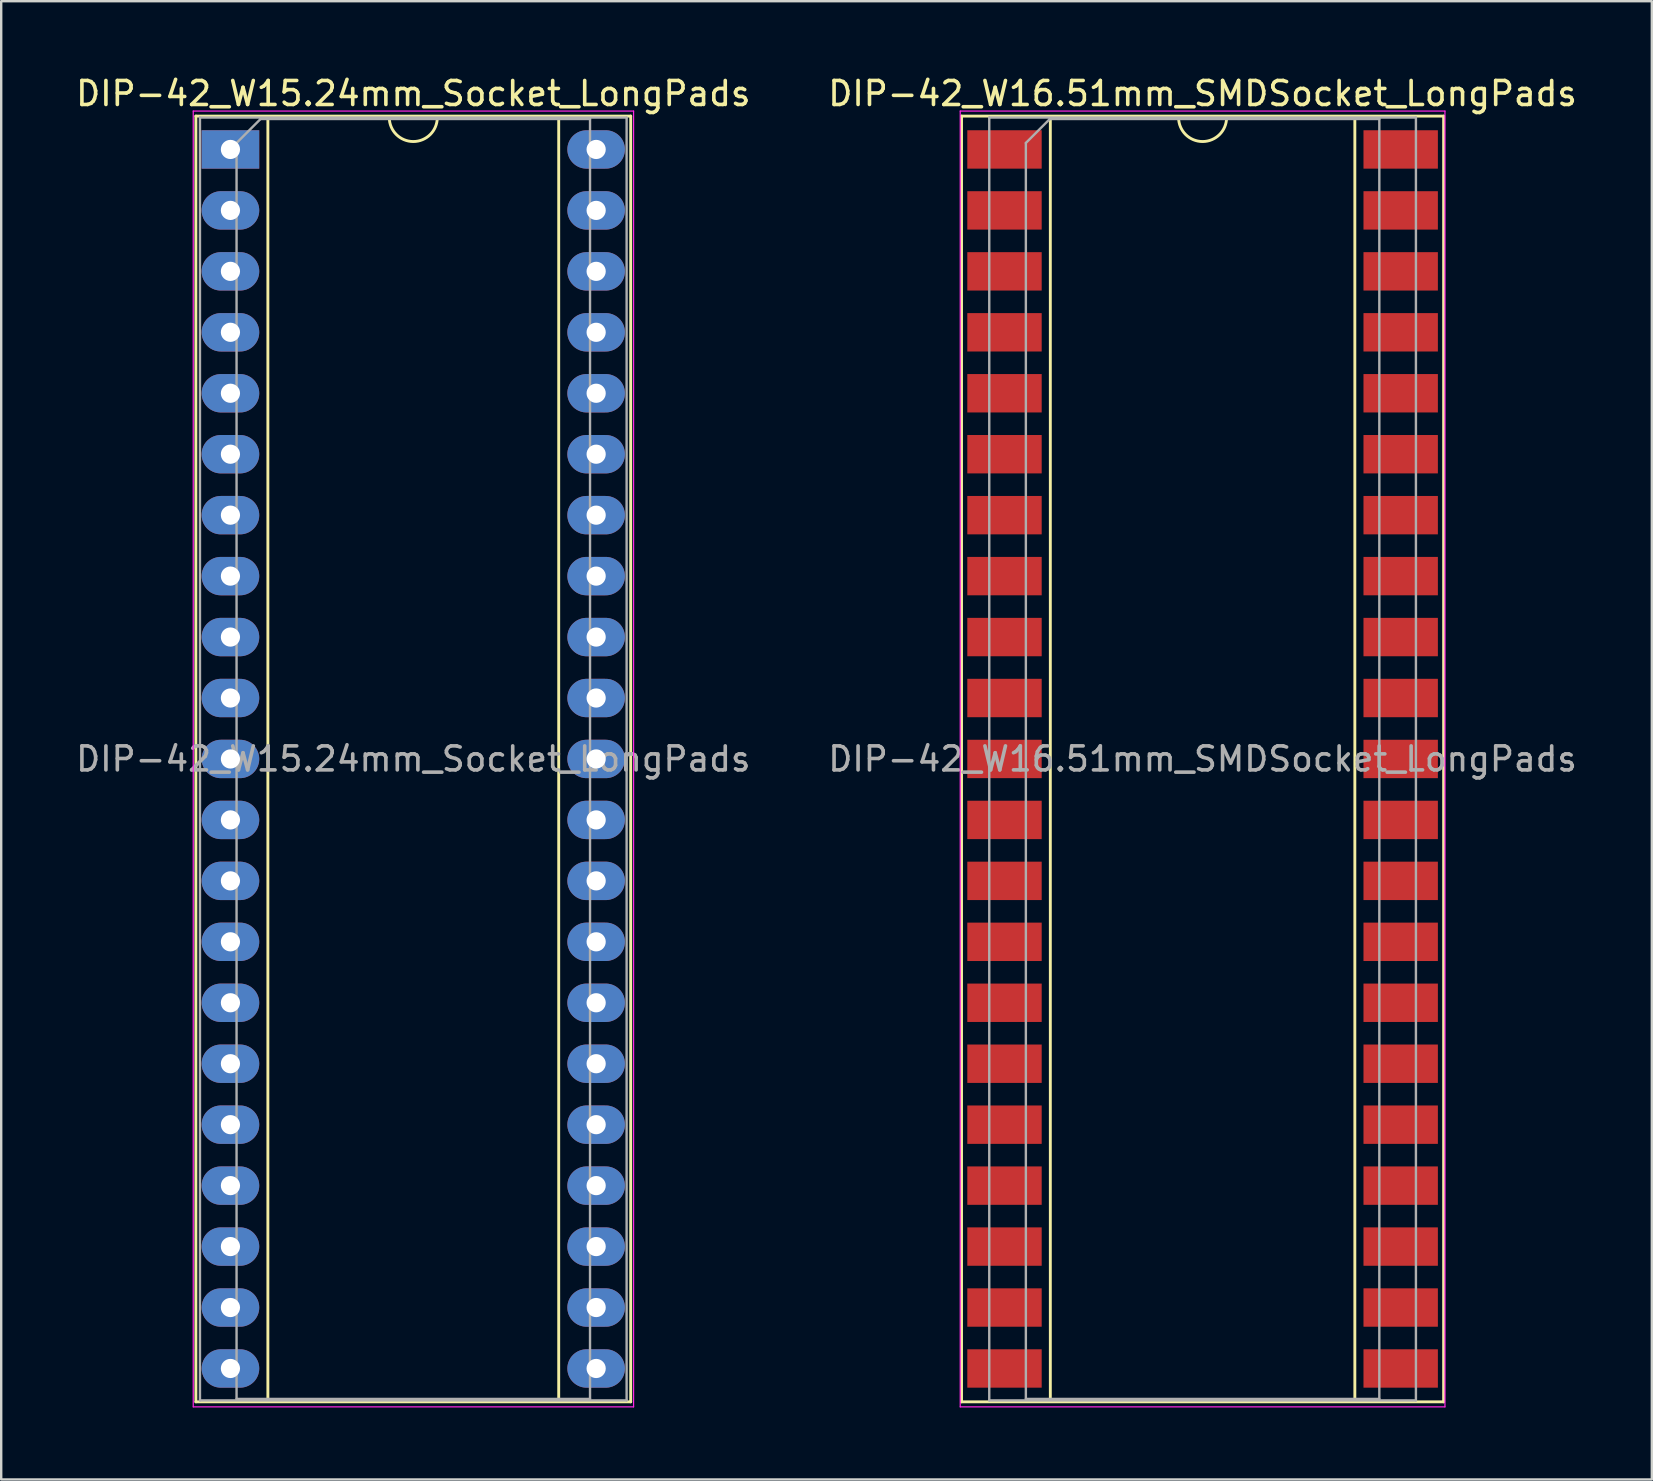
<source format=kicad_pcb>
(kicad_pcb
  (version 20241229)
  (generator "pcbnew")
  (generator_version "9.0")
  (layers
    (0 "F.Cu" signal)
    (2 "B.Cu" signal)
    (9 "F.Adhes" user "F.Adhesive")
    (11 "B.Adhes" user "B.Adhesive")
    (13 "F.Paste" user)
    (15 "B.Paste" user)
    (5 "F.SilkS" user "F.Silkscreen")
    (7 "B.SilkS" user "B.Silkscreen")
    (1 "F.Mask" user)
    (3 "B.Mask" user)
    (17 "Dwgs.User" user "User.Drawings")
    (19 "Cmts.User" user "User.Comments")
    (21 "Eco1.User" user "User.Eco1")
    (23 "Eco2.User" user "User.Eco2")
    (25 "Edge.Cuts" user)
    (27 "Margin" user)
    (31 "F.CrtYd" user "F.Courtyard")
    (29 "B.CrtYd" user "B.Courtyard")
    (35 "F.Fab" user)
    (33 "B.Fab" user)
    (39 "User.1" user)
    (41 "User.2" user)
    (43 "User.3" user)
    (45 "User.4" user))
  (footprint "DIP-42_W16.51mm_SMDSocket_LongPads"
    (layer "F.Cu")
    (at 47.065 28.578)
    (property "Reference" "DIP-42_W16.51mm_SMDSocket_LongPads" (at 0 -27.73 0) (layer "F.SilkS") (effects (font (size 1 1) (thickness 0.15))))
    (attr smd)
    (fp_line (start -10.045 -26.79) (end -10.045 26.79) (stroke (width 0.12) (type solid)) (layer "F.SilkS"))
    (fp_line (start -10.045 26.79) (end 10.045 26.79) (stroke (width 0.12) (type solid)) (layer "F.SilkS"))
    (fp_line (start -6.345 -26.73) (end -6.345 26.73) (stroke (width 0.12) (type solid)) (layer "F.SilkS"))
    (fp_line (start -6.345 26.73) (end 6.345 26.73) (stroke (width 0.12) (type solid)) (layer "F.SilkS"))
    (fp_line (start -1 -26.73) (end -6.345 -26.73) (stroke (width 0.12) (type solid)) (layer "F.SilkS"))
    (fp_line (start 6.345 -26.73) (end 1 -26.73) (stroke (width 0.12) (type solid)) (layer "F.SilkS"))
    (fp_line (start 6.345 26.73) (end 6.345 -26.73) (stroke (width 0.12) (type solid)) (layer "F.SilkS"))
    (fp_line (start 10.045 -26.79) (end -10.045 -26.79) (stroke (width 0.12) (type solid)) (layer "F.SilkS"))
    (fp_line (start 10.045 26.79) (end 10.045 -26.79) (stroke (width 0.12) (type solid)) (layer "F.SilkS"))
    (fp_arc (start 1 -26.73) (mid 0 -25.73) (end -1 -26.73) (stroke (width 0.12) (type solid)) (layer "F.SilkS"))
    (fp_line (start -10.1 -27) (end -10.1 27) (stroke (width 0.05) (type solid)) (layer "F.CrtYd"))
    (fp_line (start -10.1 27) (end 10.1 27) (stroke (width 0.05) (type solid)) (layer "F.CrtYd"))
    (fp_line (start 10.1 -27) (end -10.1 -27) (stroke (width 0.05) (type solid)) (layer "F.CrtYd"))
    (fp_line (start 10.1 27) (end 10.1 -27) (stroke (width 0.05) (type solid)) (layer "F.CrtYd"))
    (fp_line (start -8.89 -26.73) (end -8.89 26.73) (stroke (width 0.1) (type solid)) (layer "F.Fab"))
    (fp_line (start -8.89 26.73) (end 8.89 26.73) (stroke (width 0.1) (type solid)) (layer "F.Fab"))
    (fp_line (start -7.365 -25.67) (end -6.365 -26.67) (stroke (width 0.1) (type solid)) (layer "F.Fab"))
    (fp_line (start -7.365 26.67) (end -7.365 -25.67) (stroke (width 0.1) (type solid)) (layer "F.Fab"))
    (fp_line (start -6.365 -26.67) (end 7.365 -26.67) (stroke (width 0.1) (type solid)) (layer "F.Fab"))
    (fp_line (start 7.365 -26.67) (end 7.365 26.67) (stroke (width 0.1) (type solid)) (layer "F.Fab"))
    (fp_line (start 7.365 26.67) (end -7.365 26.67) (stroke (width 0.1) (type solid)) (layer "F.Fab"))
    (fp_line (start 8.89 -26.73) (end -8.89 -26.73) (stroke (width 0.1) (type solid)) (layer "F.Fab"))
    (fp_line (start 8.89 26.73) (end 8.89 -26.73) (stroke (width 0.1) (type solid)) (layer "F.Fab"))
    (fp_text user "${REFERENCE}" (at 0 0 0) (layer "F.Fab") (effects (font (size 1 1) (thickness 0.15))))
    (pad "1" smd rect (at -8.255 -25.4) (size 3.1 1.6) (layers "F.Cu" "F.Mask" "F.Paste"))
    (pad "2" smd rect (at -8.255 -22.86) (size 3.1 1.6) (layers "F.Cu" "F.Mask" "F.Paste"))
    (pad "3" smd rect (at -8.255 -20.32) (size 3.1 1.6) (layers "F.Cu" "F.Mask" "F.Paste"))
    (pad "4" smd rect (at -8.255 -17.78) (size 3.1 1.6) (layers "F.Cu" "F.Mask" "F.Paste"))
    (pad "5" smd rect (at -8.255 -15.24) (size 3.1 1.6) (layers "F.Cu" "F.Mask" "F.Paste"))
    (pad "6" smd rect (at -8.255 -12.7) (size 3.1 1.6) (layers "F.Cu" "F.Mask" "F.Paste"))
    (pad "7" smd rect (at -8.255 -10.16) (size 3.1 1.6) (layers "F.Cu" "F.Mask" "F.Paste"))
    (pad "8" smd rect (at -8.255 -7.62) (size 3.1 1.6) (layers "F.Cu" "F.Mask" "F.Paste"))
    (pad "9" smd rect (at -8.255 -5.08) (size 3.1 1.6) (layers "F.Cu" "F.Mask" "F.Paste"))
    (pad "10" smd rect (at -8.255 -2.54) (size 3.1 1.6) (layers "F.Cu" "F.Mask" "F.Paste"))
    (pad "11" smd rect (at -8.255 0) (size 3.1 1.6) (layers "F.Cu" "F.Mask" "F.Paste"))
    (pad "12" smd rect (at -8.255 2.54) (size 3.1 1.6) (layers "F.Cu" "F.Mask" "F.Paste"))
    (pad "13" smd rect (at -8.255 5.08) (size 3.1 1.6) (layers "F.Cu" "F.Mask" "F.Paste"))
    (pad "14" smd rect (at -8.255 7.62) (size 3.1 1.6) (layers "F.Cu" "F.Mask" "F.Paste"))
    (pad "15" smd rect (at -8.255 10.16) (size 3.1 1.6) (layers "F.Cu" "F.Mask" "F.Paste"))
    (pad "16" smd rect (at -8.255 12.7) (size 3.1 1.6) (layers "F.Cu" "F.Mask" "F.Paste"))
    (pad "17" smd rect (at -8.255 15.24) (size 3.1 1.6) (layers "F.Cu" "F.Mask" "F.Paste"))
    (pad "18" smd rect (at -8.255 17.78) (size 3.1 1.6) (layers "F.Cu" "F.Mask" "F.Paste"))
    (pad "19" smd rect (at -8.255 20.32) (size 3.1 1.6) (layers "F.Cu" "F.Mask" "F.Paste"))
    (pad "20" smd rect (at -8.255 22.86) (size 3.1 1.6) (layers "F.Cu" "F.Mask" "F.Paste"))
    (pad "21" smd rect (at -8.255 25.4) (size 3.1 1.6) (layers "F.Cu" "F.Mask" "F.Paste"))
    (pad "22" smd rect (at 8.255 25.4) (size 3.1 1.6) (layers "F.Cu" "F.Mask" "F.Paste"))
    (pad "23" smd rect (at 8.255 22.86) (size 3.1 1.6) (layers "F.Cu" "F.Mask" "F.Paste"))
    (pad "24" smd rect (at 8.255 20.32) (size 3.1 1.6) (layers "F.Cu" "F.Mask" "F.Paste"))
    (pad "25" smd rect (at 8.255 17.78) (size 3.1 1.6) (layers "F.Cu" "F.Mask" "F.Paste"))
    (pad "26" smd rect (at 8.255 15.24) (size 3.1 1.6) (layers "F.Cu" "F.Mask" "F.Paste"))
    (pad "27" smd rect (at 8.255 12.7) (size 3.1 1.6) (layers "F.Cu" "F.Mask" "F.Paste"))
    (pad "28" smd rect (at 8.255 10.16) (size 3.1 1.6) (layers "F.Cu" "F.Mask" "F.Paste"))
    (pad "29" smd rect (at 8.255 7.62) (size 3.1 1.6) (layers "F.Cu" "F.Mask" "F.Paste"))
    (pad "30" smd rect (at 8.255 5.08) (size 3.1 1.6) (layers "F.Cu" "F.Mask" "F.Paste"))
    (pad "31" smd rect (at 8.255 2.54) (size 3.1 1.6) (layers "F.Cu" "F.Mask" "F.Paste"))
    (pad "32" smd rect (at 8.255 0) (size 3.1 1.6) (layers "F.Cu" "F.Mask" "F.Paste"))
    (pad "33" smd rect (at 8.255 -2.54) (size 3.1 1.6) (layers "F.Cu" "F.Mask" "F.Paste"))
    (pad "34" smd rect (at 8.255 -5.08) (size 3.1 1.6) (layers "F.Cu" "F.Mask" "F.Paste"))
    (pad "35" smd rect (at 8.255 -7.62) (size 3.1 1.6) (layers "F.Cu" "F.Mask" "F.Paste"))
    (pad "36" smd rect (at 8.255 -10.16) (size 3.1 1.6) (layers "F.Cu" "F.Mask" "F.Paste"))
    (pad "37" smd rect (at 8.255 -12.7) (size 3.1 1.6) (layers "F.Cu" "F.Mask" "F.Paste"))
    (pad "38" smd rect (at 8.255 -15.24) (size 3.1 1.6) (layers "F.Cu" "F.Mask" "F.Paste"))
    (pad "39" smd rect (at 8.255 -17.78) (size 3.1 1.6) (layers "F.Cu" "F.Mask" "F.Paste"))
    (pad "40" smd rect (at 8.255 -20.32) (size 3.1 1.6) (layers "F.Cu" "F.Mask" "F.Paste"))
    (pad "41" smd rect (at 8.255 -22.86) (size 3.1 1.6) (layers "F.Cu" "F.Mask" "F.Paste"))
    (pad "42" smd rect (at 8.255 -25.4) (size 3.1 1.6) (layers "F.Cu" "F.Mask" "F.Paste")))
  (footprint "DIP-42_W15.24mm_Socket_LongPads"
    (layer "F.Cu")
    (at 6.553 3.178)
    (property "Reference" "DIP-42_W15.24mm_Socket_LongPads" (at 7.62 -2.33 0) (layer "F.SilkS") (effects (font (size 1 1) (thickness 0.15))))
    (attr through_hole)
    (fp_line (start -1.44 -1.39) (end -1.44 52.19) (stroke (width 0.12) (type solid)) (layer "F.SilkS"))
    (fp_line (start -1.44 52.19) (end 16.68 52.19) (stroke (width 0.12) (type solid)) (layer "F.SilkS"))
    (fp_line (start 1.56 -1.33) (end 1.56 52.13) (stroke (width 0.12) (type solid)) (layer "F.SilkS"))
    (fp_line (start 1.56 52.13) (end 13.68 52.13) (stroke (width 0.12) (type solid)) (layer "F.SilkS"))
    (fp_line (start 6.62 -1.33) (end 1.56 -1.33) (stroke (width 0.12) (type solid)) (layer "F.SilkS"))
    (fp_line (start 13.68 -1.33) (end 8.62 -1.33) (stroke (width 0.12) (type solid)) (layer "F.SilkS"))
    (fp_line (start 13.68 52.13) (end 13.68 -1.33) (stroke (width 0.12) (type solid)) (layer "F.SilkS"))
    (fp_line (start 16.68 -1.39) (end -1.44 -1.39) (stroke (width 0.12) (type solid)) (layer "F.SilkS"))
    (fp_line (start 16.68 52.19) (end 16.68 -1.39) (stroke (width 0.12) (type solid)) (layer "F.SilkS"))
    (fp_arc (start 8.62 -1.33) (mid 7.62 -0.33) (end 6.62 -1.33) (stroke (width 0.12) (type solid)) (layer "F.SilkS"))
    (fp_line (start -1.55 -1.6) (end -1.55 52.4) (stroke (width 0.05) (type solid)) (layer "F.CrtYd"))
    (fp_line (start -1.55 52.4) (end 16.8 52.4) (stroke (width 0.05) (type solid)) (layer "F.CrtYd"))
    (fp_line (start 16.8 -1.6) (end -1.55 -1.6) (stroke (width 0.05) (type solid)) (layer "F.CrtYd"))
    (fp_line (start 16.8 52.4) (end 16.8 -1.6) (stroke (width 0.05) (type solid)) (layer "F.CrtYd"))
    (fp_line (start -1.27 -1.33) (end -1.27 52.13) (stroke (width 0.1) (type solid)) (layer "F.Fab"))
    (fp_line (start -1.27 52.13) (end 16.51 52.13) (stroke (width 0.1) (type solid)) (layer "F.Fab"))
    (fp_line (start 0.255 -0.27) (end 1.255 -1.27) (stroke (width 0.1) (type solid)) (layer "F.Fab"))
    (fp_line (start 0.255 52.07) (end 0.255 -0.27) (stroke (width 0.1) (type solid)) (layer "F.Fab"))
    (fp_line (start 1.255 -1.27) (end 14.985 -1.27) (stroke (width 0.1) (type solid)) (layer "F.Fab"))
    (fp_line (start 14.985 -1.27) (end 14.985 52.07) (stroke (width 0.1) (type solid)) (layer "F.Fab"))
    (fp_line (start 14.985 52.07) (end 0.255 52.07) (stroke (width 0.1) (type solid)) (layer "F.Fab"))
    (fp_line (start 16.51 -1.33) (end -1.27 -1.33) (stroke (width 0.1) (type solid)) (layer "F.Fab"))
    (fp_line (start 16.51 52.13) (end 16.51 -1.33) (stroke (width 0.1) (type solid)) (layer "F.Fab"))
    (fp_text user "${REFERENCE}" (at 7.62 25.4 0) (layer "F.Fab") (effects (font (size 1 1) (thickness 0.15))))
    (pad "1" thru_hole rect (at 0 0) (size 2.4 1.6) (drill 0.8) (layers "*.Cu" "*.Mask"))
    (pad "2" thru_hole oval (at 0 2.54) (size 2.4 1.6) (drill 0.8) (layers "*.Cu" "*.Mask"))
    (pad "3" thru_hole oval (at 0 5.08) (size 2.4 1.6) (drill 0.8) (layers "*.Cu" "*.Mask"))
    (pad "4" thru_hole oval (at 0 7.62) (size 2.4 1.6) (drill 0.8) (layers "*.Cu" "*.Mask"))
    (pad "5" thru_hole oval (at 0 10.16) (size 2.4 1.6) (drill 0.8) (layers "*.Cu" "*.Mask"))
    (pad "6" thru_hole oval (at 0 12.7) (size 2.4 1.6) (drill 0.8) (layers "*.Cu" "*.Mask"))
    (pad "7" thru_hole oval (at 0 15.24) (size 2.4 1.6) (drill 0.8) (layers "*.Cu" "*.Mask"))
    (pad "8" thru_hole oval (at 0 17.78) (size 2.4 1.6) (drill 0.8) (layers "*.Cu" "*.Mask"))
    (pad "9" thru_hole oval (at 0 20.32) (size 2.4 1.6) (drill 0.8) (layers "*.Cu" "*.Mask"))
    (pad "10" thru_hole oval (at 0 22.86) (size 2.4 1.6) (drill 0.8) (layers "*.Cu" "*.Mask"))
    (pad "11" thru_hole oval (at 0 25.4) (size 2.4 1.6) (drill 0.8) (layers "*.Cu" "*.Mask"))
    (pad "12" thru_hole oval (at 0 27.94) (size 2.4 1.6) (drill 0.8) (layers "*.Cu" "*.Mask"))
    (pad "13" thru_hole oval (at 0 30.48) (size 2.4 1.6) (drill 0.8) (layers "*.Cu" "*.Mask"))
    (pad "14" thru_hole oval (at 0 33.02) (size 2.4 1.6) (drill 0.8) (layers "*.Cu" "*.Mask"))
    (pad "15" thru_hole oval (at 0 35.56) (size 2.4 1.6) (drill 0.8) (layers "*.Cu" "*.Mask"))
    (pad "16" thru_hole oval (at 0 38.1) (size 2.4 1.6) (drill 0.8) (layers "*.Cu" "*.Mask"))
    (pad "17" thru_hole oval (at 0 40.64) (size 2.4 1.6) (drill 0.8) (layers "*.Cu" "*.Mask"))
    (pad "18" thru_hole oval (at 0 43.18) (size 2.4 1.6) (drill 0.8) (layers "*.Cu" "*.Mask"))
    (pad "19" thru_hole oval (at 0 45.72) (size 2.4 1.6) (drill 0.8) (layers "*.Cu" "*.Mask"))
    (pad "20" thru_hole oval (at 0 48.26) (size 2.4 1.6) (drill 0.8) (layers "*.Cu" "*.Mask"))
    (pad "21" thru_hole oval (at 0 50.8) (size 2.4 1.6) (drill 0.8) (layers "*.Cu" "*.Mask"))
    (pad "22" thru_hole oval (at 15.24 50.8) (size 2.4 1.6) (drill 0.8) (layers "*.Cu" "*.Mask"))
    (pad "23" thru_hole oval (at 15.24 48.26) (size 2.4 1.6) (drill 0.8) (layers "*.Cu" "*.Mask"))
    (pad "24" thru_hole oval (at 15.24 45.72) (size 2.4 1.6) (drill 0.8) (layers "*.Cu" "*.Mask"))
    (pad "25" thru_hole oval (at 15.24 43.18) (size 2.4 1.6) (drill 0.8) (layers "*.Cu" "*.Mask"))
    (pad "26" thru_hole oval (at 15.24 40.64) (size 2.4 1.6) (drill 0.8) (layers "*.Cu" "*.Mask"))
    (pad "27" thru_hole oval (at 15.24 38.1) (size 2.4 1.6) (drill 0.8) (layers "*.Cu" "*.Mask"))
    (pad "28" thru_hole oval (at 15.24 35.56) (size 2.4 1.6) (drill 0.8) (layers "*.Cu" "*.Mask"))
    (pad "29" thru_hole oval (at 15.24 33.02) (size 2.4 1.6) (drill 0.8) (layers "*.Cu" "*.Mask"))
    (pad "30" thru_hole oval (at 15.24 30.48) (size 2.4 1.6) (drill 0.8) (layers "*.Cu" "*.Mask"))
    (pad "31" thru_hole oval (at 15.24 27.94) (size 2.4 1.6) (drill 0.8) (layers "*.Cu" "*.Mask"))
    (pad "32" thru_hole oval (at 15.24 25.4) (size 2.4 1.6) (drill 0.8) (layers "*.Cu" "*.Mask"))
    (pad "33" thru_hole oval (at 15.24 22.86) (size 2.4 1.6) (drill 0.8) (layers "*.Cu" "*.Mask"))
    (pad "34" thru_hole oval (at 15.24 20.32) (size 2.4 1.6) (drill 0.8) (layers "*.Cu" "*.Mask"))
    (pad "35" thru_hole oval (at 15.24 17.78) (size 2.4 1.6) (drill 0.8) (layers "*.Cu" "*.Mask"))
    (pad "36" thru_hole oval (at 15.24 15.24) (size 2.4 1.6) (drill 0.8) (layers "*.Cu" "*.Mask"))
    (pad "37" thru_hole oval (at 15.24 12.7) (size 2.4 1.6) (drill 0.8) (layers "*.Cu" "*.Mask"))
    (pad "38" thru_hole oval (at 15.24 10.16) (size 2.4 1.6) (drill 0.8) (layers "*.Cu" "*.Mask"))
    (pad "39" thru_hole oval (at 15.24 7.62) (size 2.4 1.6) (drill 0.8) (layers "*.Cu" "*.Mask"))
    (pad "40" thru_hole oval (at 15.24 5.08) (size 2.4 1.6) (drill 0.8) (layers "*.Cu" "*.Mask"))
    (pad "41" thru_hole oval (at 15.24 2.54) (size 2.4 1.6) (drill 0.8) (layers "*.Cu" "*.Mask"))
    (pad "42" thru_hole oval (at 15.24 0) (size 2.4 1.6) (drill 0.8) (layers "*.Cu" "*.Mask")))
  (gr_rect
    (start -3 -3)
    (end 65.786 58.603)
    (stroke (width 0.1) (type default))
    (fill no)
    (layer "Edge.Cuts")))
</source>
